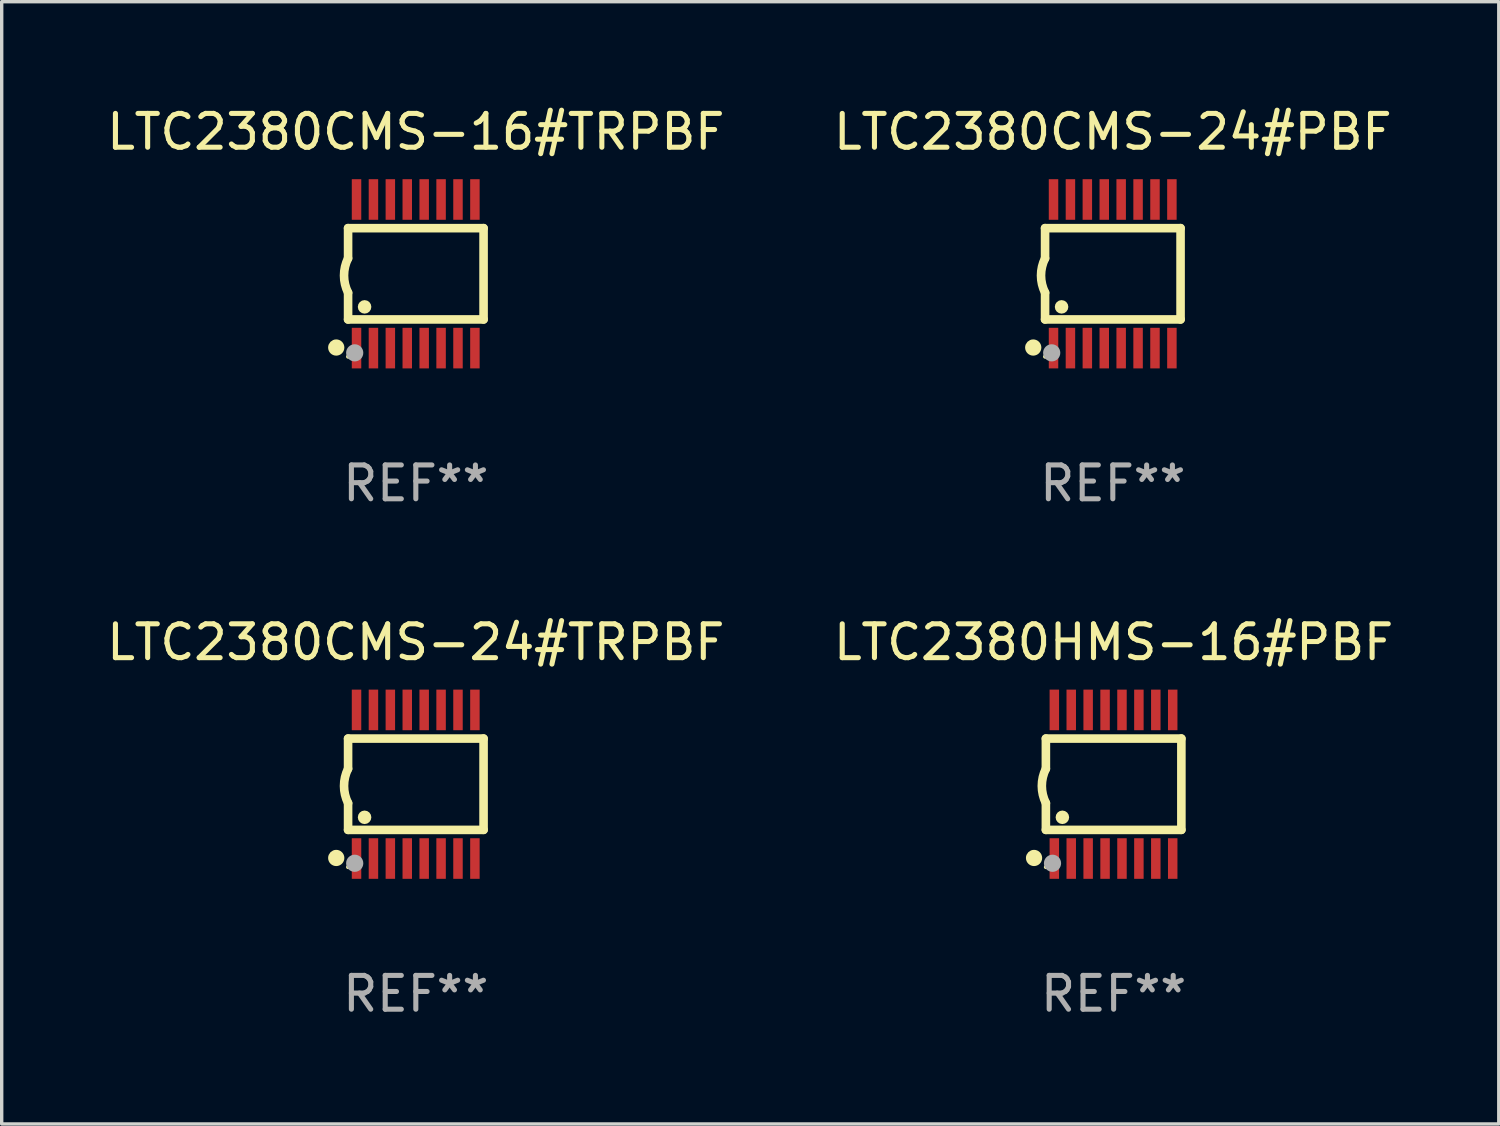
<source format=kicad_pcb>
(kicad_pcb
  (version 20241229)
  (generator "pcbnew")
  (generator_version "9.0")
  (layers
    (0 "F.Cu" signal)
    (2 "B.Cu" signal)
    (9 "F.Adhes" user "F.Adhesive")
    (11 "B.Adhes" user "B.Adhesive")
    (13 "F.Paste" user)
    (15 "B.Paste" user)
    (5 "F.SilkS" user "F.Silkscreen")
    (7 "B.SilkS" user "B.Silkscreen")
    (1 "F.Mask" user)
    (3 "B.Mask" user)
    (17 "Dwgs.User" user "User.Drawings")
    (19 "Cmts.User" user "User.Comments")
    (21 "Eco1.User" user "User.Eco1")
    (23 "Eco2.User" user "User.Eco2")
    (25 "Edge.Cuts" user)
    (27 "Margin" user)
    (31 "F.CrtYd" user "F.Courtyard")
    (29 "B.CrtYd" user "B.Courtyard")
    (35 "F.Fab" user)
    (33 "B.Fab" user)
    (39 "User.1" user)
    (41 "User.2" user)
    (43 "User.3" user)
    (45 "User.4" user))
  (footprint "LTC2380CMS-24#PBF"
    (layer "F.Cu")
    (at 29.851 5.045)
    (property "Reference" "LTC2380CMS-24#PBF" (at 0 -4.197 0) (layer "F.SilkS") (effects (font (size 1 1) (thickness 0.15))))
    (attr through_hole)
    (fp_line (start -2.003 -1.35) (end -2.003 -0.457) (stroke (width 0.254) (type solid)) (layer "F.SilkS"))
    (fp_line (start -2.003 -1.35) (end 2.003 -1.35) (stroke (width 0.254) (type solid)) (layer "F.SilkS"))
    (fp_line (start -2.003 1.35) (end -2.003 0.559) (stroke (width 0.254) (type solid)) (layer "F.SilkS"))
    (fp_line (start -2.003 1.35) (end 2.003 1.35) (stroke (width 0.254) (type solid)) (layer "F.SilkS"))
    (fp_line (start 2.003 -1.35) (end 2.003 1.35) (stroke (width 0.254) (type solid)) (layer "F.SilkS"))
    (fp_arc (start -2.002286 0.558802) (mid -2.122556 0.05092) (end -2.003302 -0.457201) (stroke (width 0.254001) (type solid)) (layer "F.SilkS"))
    (fp_circle (center -2.353 2.18) (end -2.233 2.18) (stroke (width 0.24) (type solid)) (fill no) (layer "F.SilkS"))
    (fp_circle (center -2.003 2.45) (end -1.973 2.45) (stroke (width 0.06) (type solid)) (fill no) (layer "F.SilkS"))
    (fp_circle (center -1.515 0.978) (end -1.415 0.978) (stroke (width 0.2) (type solid)) (fill no) (layer "F.SilkS"))
    (fp_circle (center -1.807 2.337) (end -1.68 2.337) (stroke (width 0.254) (type solid)) (fill no) (layer "F.Fab"))
    (fp_text user "REF**" (at 0 6.197 0) (layer "F.Fab") (effects (font (size 1 1) (thickness 0.15))))
    (pad "1" smd rect (at -1.753 2.197 90) (size 1.2 0.28) (layers "F.Cu" "F.Mask" "F.Paste"))
    (pad "2" smd rect (at -1.253 2.197 90) (size 1.2 0.28) (layers "F.Cu" "F.Mask" "F.Paste"))
    (pad "3" smd rect (at -0.753 2.197 90) (size 1.2 0.28) (layers "F.Cu" "F.Mask" "F.Paste"))
    (pad "4" smd rect (at -0.253 2.197 90) (size 1.2 0.28) (layers "F.Cu" "F.Mask" "F.Paste"))
    (pad "5" smd rect (at 0.247 2.197 90) (size 1.2 0.28) (layers "F.Cu" "F.Mask" "F.Paste"))
    (pad "6" smd rect (at 0.747 2.197 90) (size 1.2 0.28) (layers "F.Cu" "F.Mask" "F.Paste"))
    (pad "7" smd rect (at 1.247 2.197 90) (size 1.2 0.28) (layers "F.Cu" "F.Mask" "F.Paste"))
    (pad "8" smd rect (at 1.747 2.197 90) (size 1.2 0.28) (layers "F.Cu" "F.Mask" "F.Paste"))
    (pad "9" smd rect (at 1.747 -2.197 90) (size 1.2 0.28) (layers "F.Cu" "F.Mask" "F.Paste"))
    (pad "10" smd rect (at 1.247 -2.197 90) (size 1.2 0.28) (layers "F.Cu" "F.Mask" "F.Paste"))
    (pad "11" smd rect (at 0.747 -2.197 90) (size 1.2 0.28) (layers "F.Cu" "F.Mask" "F.Paste"))
    (pad "12" smd rect (at 0.247 -2.197 90) (size 1.2 0.28) (layers "F.Cu" "F.Mask" "F.Paste"))
    (pad "13" smd rect (at -0.253 -2.197 90) (size 1.2 0.28) (layers "F.Cu" "F.Mask" "F.Paste"))
    (pad "14" smd rect (at -0.753 -2.197 90) (size 1.2 0.28) (layers "F.Cu" "F.Mask" "F.Paste"))
    (pad "15" smd rect (at -1.253 -2.197 90) (size 1.2 0.28) (layers "F.Cu" "F.Mask" "F.Paste"))
    (pad "16" smd rect (at -1.753 -2.197 90) (size 1.2 0.28) (layers "F.Cu" "F.Mask" "F.Paste")))
  (footprint "LTC2380CMS-16#TRPBF"
    (layer "F.Cu")
    (at 9.244 5.045)
    (property "Reference" "LTC2380CMS-16#TRPBF" (at 0 -4.197 0) (layer "F.SilkS") (effects (font (size 1 1) (thickness 0.15))))
    (attr through_hole)
    (fp_line (start -2.003 -1.35) (end -2.003 -0.457) (stroke (width 0.254) (type solid)) (layer "F.SilkS"))
    (fp_line (start -2.003 -1.35) (end 2.003 -1.35) (stroke (width 0.254) (type solid)) (layer "F.SilkS"))
    (fp_line (start -2.003 1.35) (end -2.003 0.559) (stroke (width 0.254) (type solid)) (layer "F.SilkS"))
    (fp_line (start -2.003 1.35) (end 2.003 1.35) (stroke (width 0.254) (type solid)) (layer "F.SilkS"))
    (fp_line (start 2.003 -1.35) (end 2.003 1.35) (stroke (width 0.254) (type solid)) (layer "F.SilkS"))
    (fp_arc (start -2.002286 0.558802) (mid -2.122556 0.05092) (end -2.003302 -0.457201) (stroke (width 0.254001) (type solid)) (layer "F.SilkS"))
    (fp_circle (center -2.353 2.18) (end -2.233 2.18) (stroke (width 0.24) (type solid)) (fill no) (layer "F.SilkS"))
    (fp_circle (center -2.003 2.45) (end -1.973 2.45) (stroke (width 0.06) (type solid)) (fill no) (layer "F.SilkS"))
    (fp_circle (center -1.515 0.978) (end -1.415 0.978) (stroke (width 0.2) (type solid)) (fill no) (layer "F.SilkS"))
    (fp_circle (center -1.807 2.337) (end -1.68 2.337) (stroke (width 0.254) (type solid)) (fill no) (layer "F.Fab"))
    (fp_text user "REF**" (at 0 6.197 0) (layer "F.Fab") (effects (font (size 1 1) (thickness 0.15))))
    (pad "1" smd rect (at -1.753 2.197 90) (size 1.2 0.28) (layers "F.Cu" "F.Mask" "F.Paste"))
    (pad "2" smd rect (at -1.253 2.197 90) (size 1.2 0.28) (layers "F.Cu" "F.Mask" "F.Paste"))
    (pad "3" smd rect (at -0.753 2.197 90) (size 1.2 0.28) (layers "F.Cu" "F.Mask" "F.Paste"))
    (pad "4" smd rect (at -0.253 2.197 90) (size 1.2 0.28) (layers "F.Cu" "F.Mask" "F.Paste"))
    (pad "5" smd rect (at 0.247 2.197 90) (size 1.2 0.28) (layers "F.Cu" "F.Mask" "F.Paste"))
    (pad "6" smd rect (at 0.747 2.197 90) (size 1.2 0.28) (layers "F.Cu" "F.Mask" "F.Paste"))
    (pad "7" smd rect (at 1.247 2.197 90) (size 1.2 0.28) (layers "F.Cu" "F.Mask" "F.Paste"))
    (pad "8" smd rect (at 1.747 2.197 90) (size 1.2 0.28) (layers "F.Cu" "F.Mask" "F.Paste"))
    (pad "9" smd rect (at 1.747 -2.197 90) (size 1.2 0.28) (layers "F.Cu" "F.Mask" "F.Paste"))
    (pad "10" smd rect (at 1.247 -2.197 90) (size 1.2 0.28) (layers "F.Cu" "F.Mask" "F.Paste"))
    (pad "11" smd rect (at 0.747 -2.197 90) (size 1.2 0.28) (layers "F.Cu" "F.Mask" "F.Paste"))
    (pad "12" smd rect (at 0.247 -2.197 90) (size 1.2 0.28) (layers "F.Cu" "F.Mask" "F.Paste"))
    (pad "13" smd rect (at -0.253 -2.197 90) (size 1.2 0.28) (layers "F.Cu" "F.Mask" "F.Paste"))
    (pad "14" smd rect (at -0.753 -2.197 90) (size 1.2 0.28) (layers "F.Cu" "F.Mask" "F.Paste"))
    (pad "15" smd rect (at -1.253 -2.197 90) (size 1.2 0.28) (layers "F.Cu" "F.Mask" "F.Paste"))
    (pad "16" smd rect (at -1.753 -2.197 90) (size 1.2 0.28) (layers "F.Cu" "F.Mask" "F.Paste")))
  (footprint "LTC2380HMS-16#PBF"
    (layer "F.Cu")
    (at 29.875 20.136)
    (property "Reference" "LTC2380HMS-16#PBF" (at 0 -4.197 0) (layer "F.SilkS") (effects (font (size 1 1) (thickness 0.15))))
    (attr through_hole)
    (fp_line (start -2.003 -1.35) (end -2.003 -0.457) (stroke (width 0.254) (type solid)) (layer "F.SilkS"))
    (fp_line (start -2.003 -1.35) (end 2.003 -1.35) (stroke (width 0.254) (type solid)) (layer "F.SilkS"))
    (fp_line (start -2.003 1.35) (end -2.003 0.559) (stroke (width 0.254) (type solid)) (layer "F.SilkS"))
    (fp_line (start -2.003 1.35) (end 2.003 1.35) (stroke (width 0.254) (type solid)) (layer "F.SilkS"))
    (fp_line (start 2.003 -1.35) (end 2.003 1.35) (stroke (width 0.254) (type solid)) (layer "F.SilkS"))
    (fp_arc (start -2.002286 0.558802) (mid -2.122556 0.05092) (end -2.003302 -0.457201) (stroke (width 0.254001) (type solid)) (layer "F.SilkS"))
    (fp_circle (center -2.353 2.18) (end -2.233 2.18) (stroke (width 0.24) (type solid)) (fill no) (layer "F.SilkS"))
    (fp_circle (center -2.003 2.45) (end -1.973 2.45) (stroke (width 0.06) (type solid)) (fill no) (layer "F.SilkS"))
    (fp_circle (center -1.515 0.978) (end -1.415 0.978) (stroke (width 0.2) (type solid)) (fill no) (layer "F.SilkS"))
    (fp_circle (center -1.807 2.337) (end -1.68 2.337) (stroke (width 0.254) (type solid)) (fill no) (layer "F.Fab"))
    (fp_text user "REF**" (at 0 6.197 0) (layer "F.Fab") (effects (font (size 1 1) (thickness 0.15))))
    (pad "1" smd rect (at -1.753 2.197 90) (size 1.2 0.28) (layers "F.Cu" "F.Mask" "F.Paste"))
    (pad "2" smd rect (at -1.253 2.197 90) (size 1.2 0.28) (layers "F.Cu" "F.Mask" "F.Paste"))
    (pad "3" smd rect (at -0.753 2.197 90) (size 1.2 0.28) (layers "F.Cu" "F.Mask" "F.Paste"))
    (pad "4" smd rect (at -0.253 2.197 90) (size 1.2 0.28) (layers "F.Cu" "F.Mask" "F.Paste"))
    (pad "5" smd rect (at 0.247 2.197 90) (size 1.2 0.28) (layers "F.Cu" "F.Mask" "F.Paste"))
    (pad "6" smd rect (at 0.747 2.197 90) (size 1.2 0.28) (layers "F.Cu" "F.Mask" "F.Paste"))
    (pad "7" smd rect (at 1.247 2.197 90) (size 1.2 0.28) (layers "F.Cu" "F.Mask" "F.Paste"))
    (pad "8" smd rect (at 1.747 2.197 90) (size 1.2 0.28) (layers "F.Cu" "F.Mask" "F.Paste"))
    (pad "9" smd rect (at 1.747 -2.197 90) (size 1.2 0.28) (layers "F.Cu" "F.Mask" "F.Paste"))
    (pad "10" smd rect (at 1.247 -2.197 90) (size 1.2 0.28) (layers "F.Cu" "F.Mask" "F.Paste"))
    (pad "11" smd rect (at 0.747 -2.197 90) (size 1.2 0.28) (layers "F.Cu" "F.Mask" "F.Paste"))
    (pad "12" smd rect (at 0.247 -2.197 90) (size 1.2 0.28) (layers "F.Cu" "F.Mask" "F.Paste"))
    (pad "13" smd rect (at -0.253 -2.197 90) (size 1.2 0.28) (layers "F.Cu" "F.Mask" "F.Paste"))
    (pad "14" smd rect (at -0.753 -2.197 90) (size 1.2 0.28) (layers "F.Cu" "F.Mask" "F.Paste"))
    (pad "15" smd rect (at -1.253 -2.197 90) (size 1.2 0.28) (layers "F.Cu" "F.Mask" "F.Paste"))
    (pad "16" smd rect (at -1.753 -2.197 90) (size 1.2 0.28) (layers "F.Cu" "F.Mask" "F.Paste")))
  (footprint "LTC2380CMS-24#TRPBF"
    (layer "F.Cu")
    (at 9.244 20.136)
    (property "Reference" "LTC2380CMS-24#TRPBF" (at 0 -4.197 0) (layer "F.SilkS") (effects (font (size 1 1) (thickness 0.15))))
    (attr through_hole)
    (fp_line (start -2.003 -1.35) (end -2.003 -0.457) (stroke (width 0.254) (type solid)) (layer "F.SilkS"))
    (fp_line (start -2.003 -1.35) (end 2.003 -1.35) (stroke (width 0.254) (type solid)) (layer "F.SilkS"))
    (fp_line (start -2.003 1.35) (end -2.003 0.559) (stroke (width 0.254) (type solid)) (layer "F.SilkS"))
    (fp_line (start -2.003 1.35) (end 2.003 1.35) (stroke (width 0.254) (type solid)) (layer "F.SilkS"))
    (fp_line (start 2.003 -1.35) (end 2.003 1.35) (stroke (width 0.254) (type solid)) (layer "F.SilkS"))
    (fp_arc (start -2.002286 0.558802) (mid -2.122556 0.05092) (end -2.003302 -0.457201) (stroke (width 0.254001) (type solid)) (layer "F.SilkS"))
    (fp_circle (center -2.353 2.18) (end -2.233 2.18) (stroke (width 0.24) (type solid)) (fill no) (layer "F.SilkS"))
    (fp_circle (center -2.003 2.45) (end -1.973 2.45) (stroke (width 0.06) (type solid)) (fill no) (layer "F.SilkS"))
    (fp_circle (center -1.515 0.978) (end -1.415 0.978) (stroke (width 0.2) (type solid)) (fill no) (layer "F.SilkS"))
    (fp_circle (center -1.807 2.337) (end -1.68 2.337) (stroke (width 0.254) (type solid)) (fill no) (layer "F.Fab"))
    (fp_text user "REF**" (at 0 6.197 0) (layer "F.Fab") (effects (font (size 1 1) (thickness 0.15))))
    (pad "1" smd rect (at -1.753 2.197 90) (size 1.2 0.28) (layers "F.Cu" "F.Mask" "F.Paste"))
    (pad "2" smd rect (at -1.253 2.197 90) (size 1.2 0.28) (layers "F.Cu" "F.Mask" "F.Paste"))
    (pad "3" smd rect (at -0.753 2.197 90) (size 1.2 0.28) (layers "F.Cu" "F.Mask" "F.Paste"))
    (pad "4" smd rect (at -0.253 2.197 90) (size 1.2 0.28) (layers "F.Cu" "F.Mask" "F.Paste"))
    (pad "5" smd rect (at 0.247 2.197 90) (size 1.2 0.28) (layers "F.Cu" "F.Mask" "F.Paste"))
    (pad "6" smd rect (at 0.747 2.197 90) (size 1.2 0.28) (layers "F.Cu" "F.Mask" "F.Paste"))
    (pad "7" smd rect (at 1.247 2.197 90) (size 1.2 0.28) (layers "F.Cu" "F.Mask" "F.Paste"))
    (pad "8" smd rect (at 1.747 2.197 90) (size 1.2 0.28) (layers "F.Cu" "F.Mask" "F.Paste"))
    (pad "9" smd rect (at 1.747 -2.197 90) (size 1.2 0.28) (layers "F.Cu" "F.Mask" "F.Paste"))
    (pad "10" smd rect (at 1.247 -2.197 90) (size 1.2 0.28) (layers "F.Cu" "F.Mask" "F.Paste"))
    (pad "11" smd rect (at 0.747 -2.197 90) (size 1.2 0.28) (layers "F.Cu" "F.Mask" "F.Paste"))
    (pad "12" smd rect (at 0.247 -2.197 90) (size 1.2 0.28) (layers "F.Cu" "F.Mask" "F.Paste"))
    (pad "13" smd rect (at -0.253 -2.197 90) (size 1.2 0.28) (layers "F.Cu" "F.Mask" "F.Paste"))
    (pad "14" smd rect (at -0.753 -2.197 90) (size 1.2 0.28) (layers "F.Cu" "F.Mask" "F.Paste"))
    (pad "15" smd rect (at -1.253 -2.197 90) (size 1.2 0.28) (layers "F.Cu" "F.Mask" "F.Paste"))
    (pad "16" smd rect (at -1.753 -2.197 90) (size 1.2 0.28) (layers "F.Cu" "F.Mask" "F.Paste")))
  (gr_rect
    (start -3 -3)
    (end 41.262 30.181)
    (stroke (width 0.1) (type default))
    (fill no)
    (layer "Edge.Cuts")))
</source>
